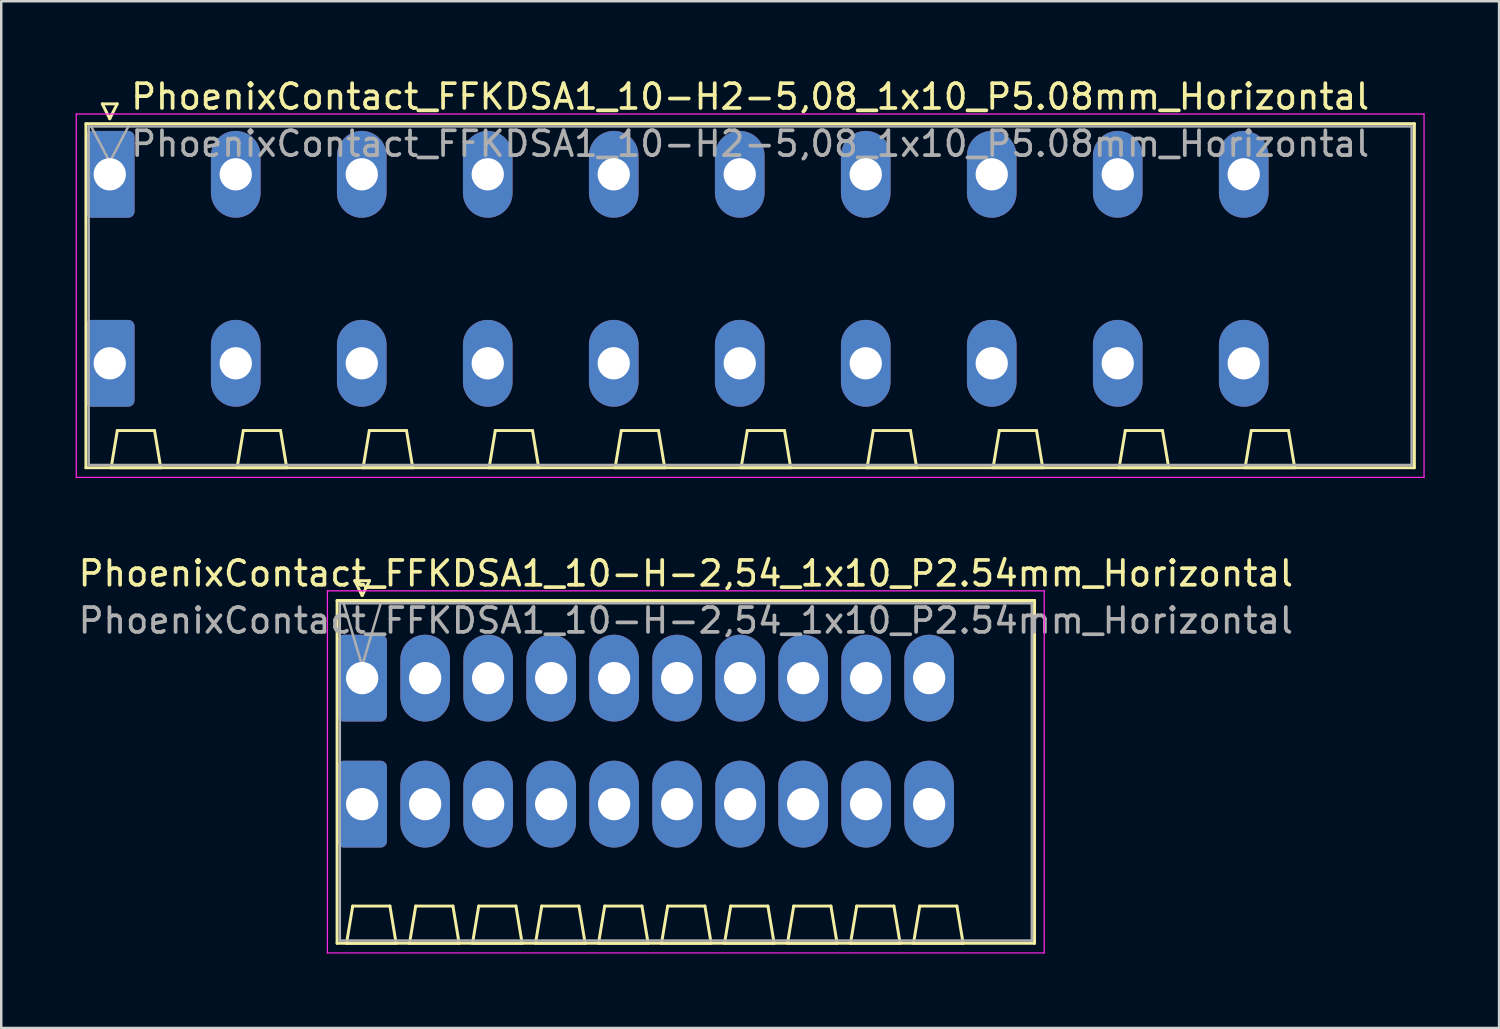
<source format=kicad_pcb>
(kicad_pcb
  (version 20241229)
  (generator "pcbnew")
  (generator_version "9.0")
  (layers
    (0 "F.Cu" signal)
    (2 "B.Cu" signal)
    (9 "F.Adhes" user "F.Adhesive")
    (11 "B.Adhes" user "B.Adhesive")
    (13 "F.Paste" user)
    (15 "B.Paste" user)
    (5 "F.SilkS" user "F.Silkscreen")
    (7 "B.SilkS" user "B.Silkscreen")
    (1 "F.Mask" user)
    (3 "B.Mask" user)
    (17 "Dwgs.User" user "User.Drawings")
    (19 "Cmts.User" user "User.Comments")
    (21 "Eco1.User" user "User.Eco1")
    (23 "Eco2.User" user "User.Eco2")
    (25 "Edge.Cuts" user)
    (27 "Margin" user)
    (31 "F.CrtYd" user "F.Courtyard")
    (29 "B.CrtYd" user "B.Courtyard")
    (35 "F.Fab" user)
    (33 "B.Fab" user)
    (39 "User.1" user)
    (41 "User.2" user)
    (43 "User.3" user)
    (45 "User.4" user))
  (footprint "PhoenixContact_FFKDSA1_10-H2-5,08_1x10_P5.08mm_Horizontal"
    (layer "F.Cu")
    (at 1.375 3.978)
    (property "Reference" "PhoenixContact_FFKDSA1_10-H2-5,08_1x10_P5.08mm_Horizontal" (at 25.82 -3.13 0) (layer "F.SilkS") (effects (font (size 1 1) (thickness 0.15))))
    (attr through_hole)
    (fp_line (start -0.96 -2.04) (end -0.96 11.83) (stroke (width 0.12) (type solid)) (layer "F.SilkS"))
    (fp_line (start -0.96 11.83) (end 52.6 11.83) (stroke (width 0.12) (type solid)) (layer "F.SilkS"))
    (fp_line (start -0.3 -2.84) (end 0.3 -2.84) (stroke (width 0.12) (type solid)) (layer "F.SilkS"))
    (fp_line (start 0 -2.24) (end -0.3 -2.84) (stroke (width 0.12) (type solid)) (layer "F.SilkS"))
    (fp_line (start 0.055 11.83) (end 2.055 11.83) (stroke (width 0.12) (type solid)) (layer "F.SilkS"))
    (fp_line (start 0.3 -2.84) (end 0 -2.24) (stroke (width 0.12) (type solid)) (layer "F.SilkS"))
    (fp_line (start 0.305 10.33) (end 0.055 11.83) (stroke (width 0.12) (type solid)) (layer "F.SilkS"))
    (fp_line (start 1.805 10.33) (end 0.305 10.33) (stroke (width 0.12) (type solid)) (layer "F.SilkS"))
    (fp_line (start 2.055 11.83) (end 1.805 10.33) (stroke (width 0.12) (type solid)) (layer "F.SilkS"))
    (fp_line (start 5.135 11.83) (end 7.135 11.83) (stroke (width 0.12) (type solid)) (layer "F.SilkS"))
    (fp_line (start 5.385 10.33) (end 5.135 11.83) (stroke (width 0.12) (type solid)) (layer "F.SilkS"))
    (fp_line (start 6.885 10.33) (end 5.385 10.33) (stroke (width 0.12) (type solid)) (layer "F.SilkS"))
    (fp_line (start 7.135 11.83) (end 6.885 10.33) (stroke (width 0.12) (type solid)) (layer "F.SilkS"))
    (fp_line (start 10.215 11.83) (end 12.215 11.83) (stroke (width 0.12) (type solid)) (layer "F.SilkS"))
    (fp_line (start 10.465 10.33) (end 10.215 11.83) (stroke (width 0.12) (type solid)) (layer "F.SilkS"))
    (fp_line (start 11.965 10.33) (end 10.465 10.33) (stroke (width 0.12) (type solid)) (layer "F.SilkS"))
    (fp_line (start 12.215 11.83) (end 11.965 10.33) (stroke (width 0.12) (type solid)) (layer "F.SilkS"))
    (fp_line (start 15.295 11.83) (end 17.295 11.83) (stroke (width 0.12) (type solid)) (layer "F.SilkS"))
    (fp_line (start 15.545 10.33) (end 15.295 11.83) (stroke (width 0.12) (type solid)) (layer "F.SilkS"))
    (fp_line (start 17.045 10.33) (end 15.545 10.33) (stroke (width 0.12) (type solid)) (layer "F.SilkS"))
    (fp_line (start 17.295 11.83) (end 17.045 10.33) (stroke (width 0.12) (type solid)) (layer "F.SilkS"))
    (fp_line (start 20.375 11.83) (end 22.375 11.83) (stroke (width 0.12) (type solid)) (layer "F.SilkS"))
    (fp_line (start 20.625 10.33) (end 20.375 11.83) (stroke (width 0.12) (type solid)) (layer "F.SilkS"))
    (fp_line (start 22.125 10.33) (end 20.625 10.33) (stroke (width 0.12) (type solid)) (layer "F.SilkS"))
    (fp_line (start 22.375 11.83) (end 22.125 10.33) (stroke (width 0.12) (type solid)) (layer "F.SilkS"))
    (fp_line (start 25.455 11.83) (end 27.455 11.83) (stroke (width 0.12) (type solid)) (layer "F.SilkS"))
    (fp_line (start 25.705 10.33) (end 25.455 11.83) (stroke (width 0.12) (type solid)) (layer "F.SilkS"))
    (fp_line (start 27.205 10.33) (end 25.705 10.33) (stroke (width 0.12) (type solid)) (layer "F.SilkS"))
    (fp_line (start 27.455 11.83) (end 27.205 10.33) (stroke (width 0.12) (type solid)) (layer "F.SilkS"))
    (fp_line (start 30.535 11.83) (end 32.535 11.83) (stroke (width 0.12) (type solid)) (layer "F.SilkS"))
    (fp_line (start 30.785 10.33) (end 30.535 11.83) (stroke (width 0.12) (type solid)) (layer "F.SilkS"))
    (fp_line (start 32.285 10.33) (end 30.785 10.33) (stroke (width 0.12) (type solid)) (layer "F.SilkS"))
    (fp_line (start 32.535 11.83) (end 32.285 10.33) (stroke (width 0.12) (type solid)) (layer "F.SilkS"))
    (fp_line (start 35.615 11.83) (end 37.615 11.83) (stroke (width 0.12) (type solid)) (layer "F.SilkS"))
    (fp_line (start 35.865 10.33) (end 35.615 11.83) (stroke (width 0.12) (type solid)) (layer "F.SilkS"))
    (fp_line (start 37.365 10.33) (end 35.865 10.33) (stroke (width 0.12) (type solid)) (layer "F.SilkS"))
    (fp_line (start 37.615 11.83) (end 37.365 10.33) (stroke (width 0.12) (type solid)) (layer "F.SilkS"))
    (fp_line (start 40.695 11.83) (end 42.695 11.83) (stroke (width 0.12) (type solid)) (layer "F.SilkS"))
    (fp_line (start 40.945 10.33) (end 40.695 11.83) (stroke (width 0.12) (type solid)) (layer "F.SilkS"))
    (fp_line (start 42.445 10.33) (end 40.945 10.33) (stroke (width 0.12) (type solid)) (layer "F.SilkS"))
    (fp_line (start 42.695 11.83) (end 42.445 10.33) (stroke (width 0.12) (type solid)) (layer "F.SilkS"))
    (fp_line (start 45.775 11.83) (end 47.775 11.83) (stroke (width 0.12) (type solid)) (layer "F.SilkS"))
    (fp_line (start 46.025 10.33) (end 45.775 11.83) (stroke (width 0.12) (type solid)) (layer "F.SilkS"))
    (fp_line (start 47.525 10.33) (end 46.025 10.33) (stroke (width 0.12) (type solid)) (layer "F.SilkS"))
    (fp_line (start 47.775 11.83) (end 47.525 10.33) (stroke (width 0.12) (type solid)) (layer "F.SilkS"))
    (fp_line (start 52.6 -2.04) (end -0.96 -2.04) (stroke (width 0.12) (type solid)) (layer "F.SilkS"))
    (fp_line (start 52.6 11.83) (end 52.6 -2.04) (stroke (width 0.12) (type solid)) (layer "F.SilkS"))
    (fp_line (start -1.35 -2.43) (end -1.35 12.22) (stroke (width 0.05) (type solid)) (layer "F.CrtYd"))
    (fp_line (start -1.35 12.22) (end 52.99 12.22) (stroke (width 0.05) (type solid)) (layer "F.CrtYd"))
    (fp_line (start 52.99 -2.43) (end -1.35 -2.43) (stroke (width 0.05) (type solid)) (layer "F.CrtYd"))
    (fp_line (start 52.99 12.22) (end 52.99 -2.43) (stroke (width 0.05) (type solid)) (layer "F.CrtYd"))
    (fp_line (start -0.85 -1.93) (end -0.85 11.72) (stroke (width 0.1) (type solid)) (layer "F.Fab"))
    (fp_line (start -0.85 11.72) (end 52.49 11.72) (stroke (width 0.1) (type solid)) (layer "F.Fab"))
    (fp_line (start 0 -0.5) (end -0.75 -1.93) (stroke (width 0.1) (type solid)) (layer "F.Fab"))
    (fp_line (start 0.75 -1.93) (end 0 -0.5) (stroke (width 0.1) (type solid)) (layer "F.Fab"))
    (fp_line (start 52.49 -1.93) (end -0.85 -1.93) (stroke (width 0.1) (type solid)) (layer "F.Fab"))
    (fp_line (start 52.49 11.72) (end 52.49 -1.93) (stroke (width 0.1) (type solid)) (layer "F.Fab"))
    (fp_text user "${REFERENCE}" (at 25.82 -1.23 0) (layer "F.Fab") (effects (font (size 1 1) (thickness 0.15))))
    (pad "1" thru_hole roundrect (at 0 0) (size 2 3.5) (drill 1.3) (layers "*.Cu" "*.Mask") (roundrect_rratio 0.125))
    (pad "1" thru_hole roundrect (at 0 7.62) (size 2 3.5) (drill 1.3) (layers "*.Cu" "*.Mask") (roundrect_rratio 0.125))
    (pad "2" thru_hole oval (at 5.08 0) (size 2 3.5) (drill 1.3) (layers "*.Cu" "*.Mask"))
    (pad "2" thru_hole oval (at 5.08 7.62) (size 2 3.5) (drill 1.3) (layers "*.Cu" "*.Mask"))
    (pad "3" thru_hole oval (at 10.16 0) (size 2 3.5) (drill 1.3) (layers "*.Cu" "*.Mask"))
    (pad "3" thru_hole oval (at 10.16 7.62) (size 2 3.5) (drill 1.3) (layers "*.Cu" "*.Mask"))
    (pad "4" thru_hole oval (at 15.24 0) (size 2 3.5) (drill 1.3) (layers "*.Cu" "*.Mask"))
    (pad "4" thru_hole oval (at 15.24 7.62) (size 2 3.5) (drill 1.3) (layers "*.Cu" "*.Mask"))
    (pad "5" thru_hole oval (at 20.32 0) (size 2 3.5) (drill 1.3) (layers "*.Cu" "*.Mask"))
    (pad "5" thru_hole oval (at 20.32 7.62) (size 2 3.5) (drill 1.3) (layers "*.Cu" "*.Mask"))
    (pad "6" thru_hole oval (at 25.4 0) (size 2 3.5) (drill 1.3) (layers "*.Cu" "*.Mask"))
    (pad "6" thru_hole oval (at 25.4 7.62) (size 2 3.5) (drill 1.3) (layers "*.Cu" "*.Mask"))
    (pad "7" thru_hole oval (at 30.48 0) (size 2 3.5) (drill 1.3) (layers "*.Cu" "*.Mask"))
    (pad "7" thru_hole oval (at 30.48 7.62) (size 2 3.5) (drill 1.3) (layers "*.Cu" "*.Mask"))
    (pad "8" thru_hole oval (at 35.56 0) (size 2 3.5) (drill 1.3) (layers "*.Cu" "*.Mask"))
    (pad "8" thru_hole oval (at 35.56 7.62) (size 2 3.5) (drill 1.3) (layers "*.Cu" "*.Mask"))
    (pad "9" thru_hole oval (at 40.64 0) (size 2 3.5) (drill 1.3) (layers "*.Cu" "*.Mask"))
    (pad "9" thru_hole oval (at 40.64 7.62) (size 2 3.5) (drill 1.3) (layers "*.Cu" "*.Mask"))
    (pad "10" thru_hole oval (at 45.72 0) (size 2 3.5) (drill 1.3) (layers "*.Cu" "*.Mask"))
    (pad "10" thru_hole oval (at 45.72 7.62) (size 2 3.5) (drill 1.3) (layers "*.Cu" "*.Mask")))
  (footprint "PhoenixContact_FFKDSA1_10-H-2,54_1x10_P2.54mm_Horizontal"
    (layer "F.Cu")
    (at 11.551 24.291)
    (property "Reference" "PhoenixContact_FFKDSA1_10-H-2,54_1x10_P2.54mm_Horizontal" (at 13.05 -4.22 0) (layer "F.SilkS") (effects (font (size 1 1) (thickness 0.15))))
    (attr through_hole)
    (fp_line (start -1.01 -3.13) (end -1.01 10.69) (stroke (width 0.12) (type solid)) (layer "F.SilkS"))
    (fp_line (start -1.01 10.69) (end 27.11 10.69) (stroke (width 0.12) (type solid)) (layer "F.SilkS"))
    (fp_line (start -0.63 10.69) (end 1.37 10.69) (stroke (width 0.12) (type solid)) (layer "F.SilkS"))
    (fp_line (start -0.38 9.19) (end -0.63 10.69) (stroke (width 0.12) (type solid)) (layer "F.SilkS"))
    (fp_line (start -0.3 -3.93) (end 0.3 -3.93) (stroke (width 0.12) (type solid)) (layer "F.SilkS"))
    (fp_line (start 0 -3.33) (end -0.3 -3.93) (stroke (width 0.12) (type solid)) (layer "F.SilkS"))
    (fp_line (start 0.3 -3.93) (end 0 -3.33) (stroke (width 0.12) (type solid)) (layer "F.SilkS"))
    (fp_line (start 1.12 9.19) (end -0.38 9.19) (stroke (width 0.12) (type solid)) (layer "F.SilkS"))
    (fp_line (start 1.37 10.69) (end 1.12 9.19) (stroke (width 0.12) (type solid)) (layer "F.SilkS"))
    (fp_line (start 1.91 10.69) (end 3.91 10.69) (stroke (width 0.12) (type solid)) (layer "F.SilkS"))
    (fp_line (start 2.16 9.19) (end 1.91 10.69) (stroke (width 0.12) (type solid)) (layer "F.SilkS"))
    (fp_line (start 3.66 9.19) (end 2.16 9.19) (stroke (width 0.12) (type solid)) (layer "F.SilkS"))
    (fp_line (start 3.91 10.69) (end 3.66 9.19) (stroke (width 0.12) (type solid)) (layer "F.SilkS"))
    (fp_line (start 4.45 10.69) (end 6.45 10.69) (stroke (width 0.12) (type solid)) (layer "F.SilkS"))
    (fp_line (start 4.7 9.19) (end 4.45 10.69) (stroke (width 0.12) (type solid)) (layer "F.SilkS"))
    (fp_line (start 6.2 9.19) (end 4.7 9.19) (stroke (width 0.12) (type solid)) (layer "F.SilkS"))
    (fp_line (start 6.45 10.69) (end 6.2 9.19) (stroke (width 0.12) (type solid)) (layer "F.SilkS"))
    (fp_line (start 6.99 10.69) (end 8.99 10.69) (stroke (width 0.12) (type solid)) (layer "F.SilkS"))
    (fp_line (start 7.24 9.19) (end 6.99 10.69) (stroke (width 0.12) (type solid)) (layer "F.SilkS"))
    (fp_line (start 8.74 9.19) (end 7.24 9.19) (stroke (width 0.12) (type solid)) (layer "F.SilkS"))
    (fp_line (start 8.99 10.69) (end 8.74 9.19) (stroke (width 0.12) (type solid)) (layer "F.SilkS"))
    (fp_line (start 9.53 10.69) (end 11.53 10.69) (stroke (width 0.12) (type solid)) (layer "F.SilkS"))
    (fp_line (start 9.78 9.19) (end 9.53 10.69) (stroke (width 0.12) (type solid)) (layer "F.SilkS"))
    (fp_line (start 11.28 9.19) (end 9.78 9.19) (stroke (width 0.12) (type solid)) (layer "F.SilkS"))
    (fp_line (start 11.53 10.69) (end 11.28 9.19) (stroke (width 0.12) (type solid)) (layer "F.SilkS"))
    (fp_line (start 12.07 10.69) (end 14.07 10.69) (stroke (width 0.12) (type solid)) (layer "F.SilkS"))
    (fp_line (start 12.32 9.19) (end 12.07 10.69) (stroke (width 0.12) (type solid)) (layer "F.SilkS"))
    (fp_line (start 13.82 9.19) (end 12.32 9.19) (stroke (width 0.12) (type solid)) (layer "F.SilkS"))
    (fp_line (start 14.07 10.69) (end 13.82 9.19) (stroke (width 0.12) (type solid)) (layer "F.SilkS"))
    (fp_line (start 14.61 10.69) (end 16.61 10.69) (stroke (width 0.12) (type solid)) (layer "F.SilkS"))
    (fp_line (start 14.86 9.19) (end 14.61 10.69) (stroke (width 0.12) (type solid)) (layer "F.SilkS"))
    (fp_line (start 16.36 9.19) (end 14.86 9.19) (stroke (width 0.12) (type solid)) (layer "F.SilkS"))
    (fp_line (start 16.61 10.69) (end 16.36 9.19) (stroke (width 0.12) (type solid)) (layer "F.SilkS"))
    (fp_line (start 17.15 10.69) (end 19.15 10.69) (stroke (width 0.12) (type solid)) (layer "F.SilkS"))
    (fp_line (start 17.4 9.19) (end 17.15 10.69) (stroke (width 0.12) (type solid)) (layer "F.SilkS"))
    (fp_line (start 18.9 9.19) (end 17.4 9.19) (stroke (width 0.12) (type solid)) (layer "F.SilkS"))
    (fp_line (start 19.15 10.69) (end 18.9 9.19) (stroke (width 0.12) (type solid)) (layer "F.SilkS"))
    (fp_line (start 19.69 10.69) (end 21.69 10.69) (stroke (width 0.12) (type solid)) (layer "F.SilkS"))
    (fp_line (start 19.94 9.19) (end 19.69 10.69) (stroke (width 0.12) (type solid)) (layer "F.SilkS"))
    (fp_line (start 21.44 9.19) (end 19.94 9.19) (stroke (width 0.12) (type solid)) (layer "F.SilkS"))
    (fp_line (start 21.69 10.69) (end 21.44 9.19) (stroke (width 0.12) (type solid)) (layer "F.SilkS"))
    (fp_line (start 22.23 10.69) (end 24.23 10.69) (stroke (width 0.12) (type solid)) (layer "F.SilkS"))
    (fp_line (start 22.48 9.19) (end 22.23 10.69) (stroke (width 0.12) (type solid)) (layer "F.SilkS"))
    (fp_line (start 23.98 9.19) (end 22.48 9.19) (stroke (width 0.12) (type solid)) (layer "F.SilkS"))
    (fp_line (start 24.23 10.69) (end 23.98 9.19) (stroke (width 0.12) (type solid)) (layer "F.SilkS"))
    (fp_line (start 27.11 -3.13) (end -1.01 -3.13) (stroke (width 0.12) (type solid)) (layer "F.SilkS"))
    (fp_line (start 27.11 10.69) (end 27.11 -3.13) (stroke (width 0.12) (type solid)) (layer "F.SilkS"))
    (fp_line (start -1.4 -3.52) (end -1.4 11.08) (stroke (width 0.05) (type solid)) (layer "F.CrtYd"))
    (fp_line (start -1.4 11.08) (end 27.5 11.08) (stroke (width 0.05) (type solid)) (layer "F.CrtYd"))
    (fp_line (start 27.5 -3.52) (end -1.4 -3.52) (stroke (width 0.05) (type solid)) (layer "F.CrtYd"))
    (fp_line (start 27.5 11.08) (end 27.5 -3.52) (stroke (width 0.05) (type solid)) (layer "F.CrtYd"))
    (fp_line (start -0.9 -3.02) (end -0.9 10.58) (stroke (width 0.1) (type solid)) (layer "F.Fab"))
    (fp_line (start -0.9 10.58) (end 27 10.58) (stroke (width 0.1) (type solid)) (layer "F.Fab"))
    (fp_line (start 0 -0.5) (end -0.75 -3.02) (stroke (width 0.1) (type solid)) (layer "F.Fab"))
    (fp_line (start 0.75 -3.02) (end 0 -0.5) (stroke (width 0.1) (type solid)) (layer "F.Fab"))
    (fp_line (start 27 -3.02) (end -0.9 -3.02) (stroke (width 0.1) (type solid)) (layer "F.Fab"))
    (fp_line (start 27 10.58) (end 27 -3.02) (stroke (width 0.1) (type solid)) (layer "F.Fab"))
    (fp_text user "${REFERENCE}" (at 13.05 -2.32 0) (layer "F.Fab") (effects (font (size 1 1) (thickness 0.15))))
    (pad "1" thru_hole roundrect (at 0 0) (size 2 3.5) (drill 1.3) (layers "*.Cu" "*.Mask") (roundrect_rratio 0.125))
    (pad "1" thru_hole roundrect (at 0 5.08) (size 2 3.5) (drill 1.3) (layers "*.Cu" "*.Mask") (roundrect_rratio 0.125))
    (pad "2" thru_hole oval (at 2.54 0) (size 2 3.5) (drill 1.3) (layers "*.Cu" "*.Mask"))
    (pad "2" thru_hole oval (at 2.54 5.08) (size 2 3.5) (drill 1.3) (layers "*.Cu" "*.Mask"))
    (pad "3" thru_hole oval (at 5.08 0) (size 2 3.5) (drill 1.3) (layers "*.Cu" "*.Mask"))
    (pad "3" thru_hole oval (at 5.08 5.08) (size 2 3.5) (drill 1.3) (layers "*.Cu" "*.Mask"))
    (pad "4" thru_hole oval (at 7.62 0) (size 2 3.5) (drill 1.3) (layers "*.Cu" "*.Mask"))
    (pad "4" thru_hole oval (at 7.62 5.08) (size 2 3.5) (drill 1.3) (layers "*.Cu" "*.Mask"))
    (pad "5" thru_hole oval (at 10.16 0) (size 2 3.5) (drill 1.3) (layers "*.Cu" "*.Mask"))
    (pad "5" thru_hole oval (at 10.16 5.08) (size 2 3.5) (drill 1.3) (layers "*.Cu" "*.Mask"))
    (pad "6" thru_hole oval (at 12.7 0) (size 2 3.5) (drill 1.3) (layers "*.Cu" "*.Mask"))
    (pad "6" thru_hole oval (at 12.7 5.08) (size 2 3.5) (drill 1.3) (layers "*.Cu" "*.Mask"))
    (pad "7" thru_hole oval (at 15.24 0) (size 2 3.5) (drill 1.3) (layers "*.Cu" "*.Mask"))
    (pad "7" thru_hole oval (at 15.24 5.08) (size 2 3.5) (drill 1.3) (layers "*.Cu" "*.Mask"))
    (pad "8" thru_hole oval (at 17.78 0) (size 2 3.5) (drill 1.3) (layers "*.Cu" "*.Mask"))
    (pad "8" thru_hole oval (at 17.78 5.08) (size 2 3.5) (drill 1.3) (layers "*.Cu" "*.Mask"))
    (pad "9" thru_hole oval (at 20.32 0) (size 2 3.5) (drill 1.3) (layers "*.Cu" "*.Mask"))
    (pad "9" thru_hole oval (at 20.32 5.08) (size 2 3.5) (drill 1.3) (layers "*.Cu" "*.Mask"))
    (pad "10" thru_hole oval (at 22.86 0) (size 2 3.5) (drill 1.3) (layers "*.Cu" "*.Mask"))
    (pad "10" thru_hole oval (at 22.86 5.08) (size 2 3.5) (drill 1.3) (layers "*.Cu" "*.Mask")))
  (gr_rect
    (start -3 -3)
    (end 57.39 38.397)
    (stroke (width 0.1) (type default))
    (fill no)
    (layer "Edge.Cuts")))
</source>
